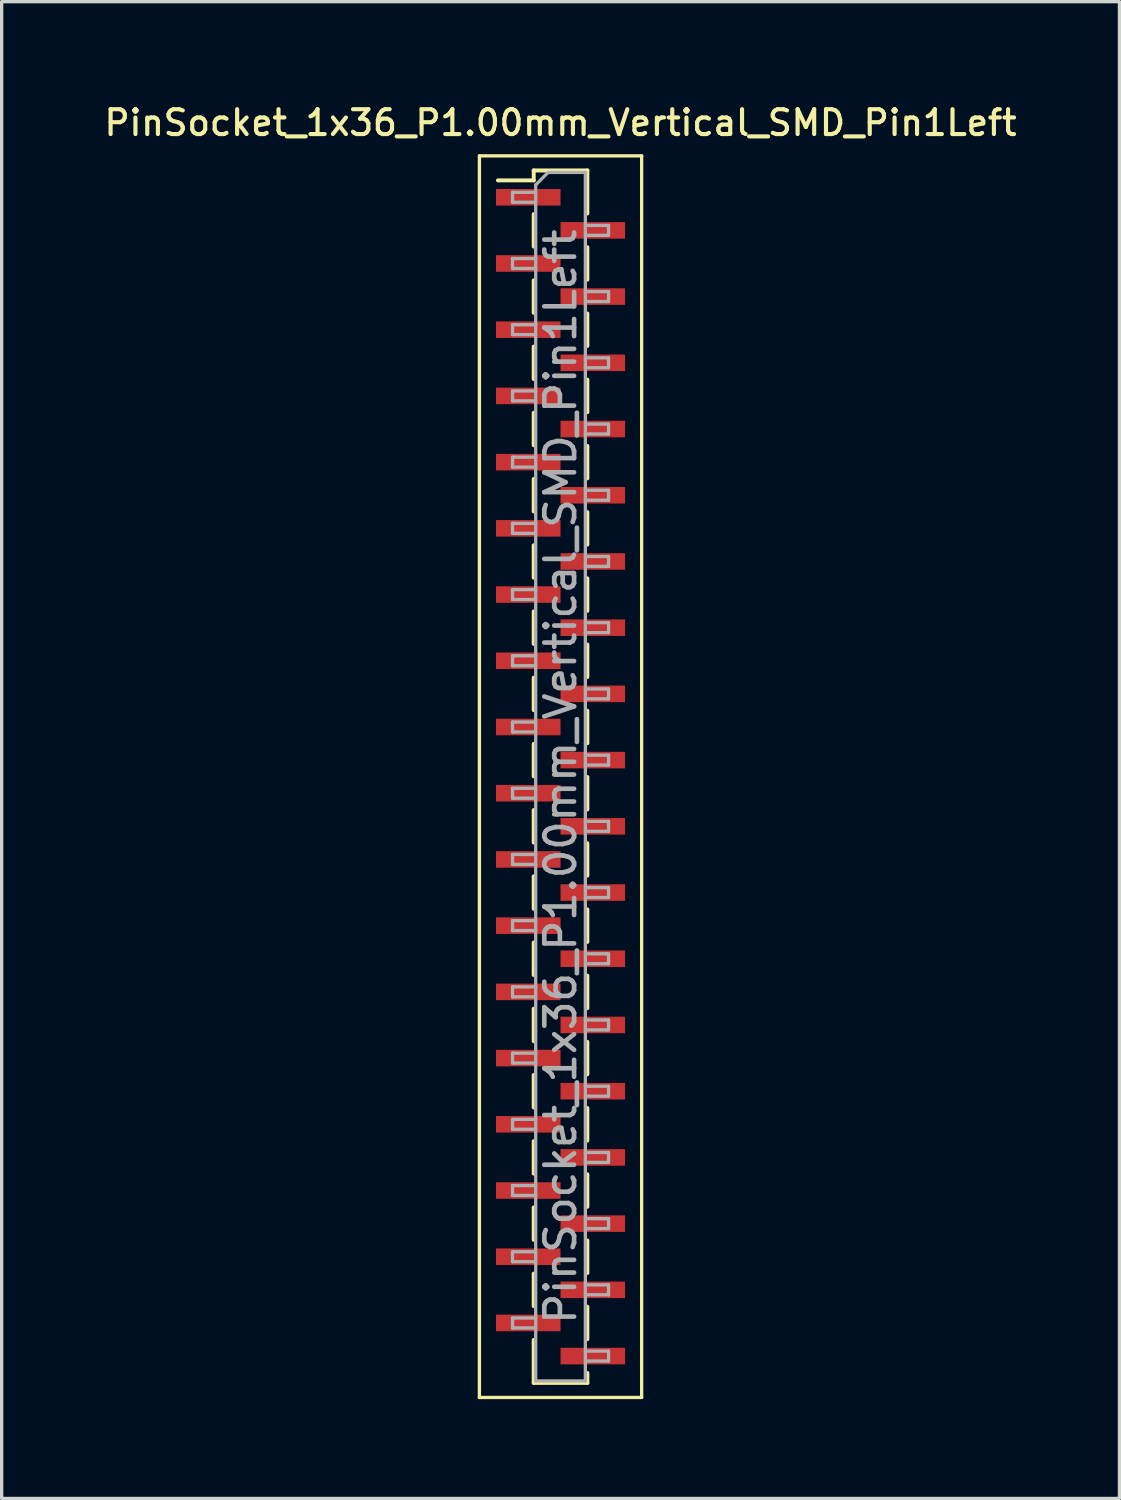
<source format=kicad_pcb>
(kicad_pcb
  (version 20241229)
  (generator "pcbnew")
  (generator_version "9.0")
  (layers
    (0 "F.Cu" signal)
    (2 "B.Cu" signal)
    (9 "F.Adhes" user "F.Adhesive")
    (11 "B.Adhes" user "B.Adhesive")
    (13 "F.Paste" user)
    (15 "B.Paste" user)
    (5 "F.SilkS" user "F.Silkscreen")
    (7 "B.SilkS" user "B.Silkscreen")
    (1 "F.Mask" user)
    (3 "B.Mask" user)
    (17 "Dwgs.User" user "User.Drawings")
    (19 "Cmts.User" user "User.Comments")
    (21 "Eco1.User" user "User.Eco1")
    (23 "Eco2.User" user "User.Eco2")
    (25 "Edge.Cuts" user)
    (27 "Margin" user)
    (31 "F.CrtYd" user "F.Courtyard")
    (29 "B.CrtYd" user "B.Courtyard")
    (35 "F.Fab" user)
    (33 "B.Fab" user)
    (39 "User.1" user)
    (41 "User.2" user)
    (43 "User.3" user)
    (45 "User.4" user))
  (footprint "PinSocket_1x36_P1.00mm_Vertical_SMD_Pin1Left"
    (layer "F.Cu")
    (at 13.88 20.408)
    (property "Reference" "PinSocket_1x36_P1.00mm_Vertical_SMD_Pin1Left" (at 0 -19.75 0) (layer "F.SilkS") (effects (font (size 0.75 0.75) (thickness 0.125))))
    (attr smd)
    (fp_line (start -2.45 -18.75) (end 2.45 -18.75) (stroke (width 0.1) (type solid)) (layer "F.SilkS"))
    (fp_line (start -2.45 18.75) (end -2.45 -18.75) (stroke (width 0.1) (type solid)) (layer "F.SilkS"))
    (fp_line (start -1.89 -18.01) (end -0.81 -18.01) (stroke (width 0.12) (type solid)) (layer "F.SilkS"))
    (fp_line (start -0.81 -18.31) (end -0.81 -18.01) (stroke (width 0.12) (type solid)) (layer "F.SilkS"))
    (fp_line (start -0.81 -18.31) (end 0.81 -18.31) (stroke (width 0.12) (type solid)) (layer "F.SilkS"))
    (fp_line (start -0.81 -16.99) (end -0.81 -16.01) (stroke (width 0.12) (type solid)) (layer "F.SilkS"))
    (fp_line (start -0.81 -14.99) (end -0.81 -14.01) (stroke (width 0.12) (type solid)) (layer "F.SilkS"))
    (fp_line (start -0.81 -12.99) (end -0.81 -12.01) (stroke (width 0.12) (type solid)) (layer "F.SilkS"))
    (fp_line (start -0.81 -10.99) (end -0.81 -10.01) (stroke (width 0.12) (type solid)) (layer "F.SilkS"))
    (fp_line (start -0.81 -8.99) (end -0.81 -8.01) (stroke (width 0.12) (type solid)) (layer "F.SilkS"))
    (fp_line (start -0.81 -6.99) (end -0.81 -6.01) (stroke (width 0.12) (type solid)) (layer "F.SilkS"))
    (fp_line (start -0.81 -4.99) (end -0.81 -4.01) (stroke (width 0.12) (type solid)) (layer "F.SilkS"))
    (fp_line (start -0.81 -2.99) (end -0.81 -2.01) (stroke (width 0.12) (type solid)) (layer "F.SilkS"))
    (fp_line (start -0.81 -0.99) (end -0.81 -0.01) (stroke (width 0.12) (type solid)) (layer "F.SilkS"))
    (fp_line (start -0.81 1.01) (end -0.81 1.99) (stroke (width 0.12) (type solid)) (layer "F.SilkS"))
    (fp_line (start -0.81 3.01) (end -0.81 3.99) (stroke (width 0.12) (type solid)) (layer "F.SilkS"))
    (fp_line (start -0.81 5.01) (end -0.81 5.99) (stroke (width 0.12) (type solid)) (layer "F.SilkS"))
    (fp_line (start -0.81 7.01) (end -0.81 7.99) (stroke (width 0.12) (type solid)) (layer "F.SilkS"))
    (fp_line (start -0.81 9.01) (end -0.81 9.99) (stroke (width 0.12) (type solid)) (layer "F.SilkS"))
    (fp_line (start -0.81 11.01) (end -0.81 11.99) (stroke (width 0.12) (type solid)) (layer "F.SilkS"))
    (fp_line (start -0.81 13.01) (end -0.81 13.99) (stroke (width 0.12) (type solid)) (layer "F.SilkS"))
    (fp_line (start -0.81 15.01) (end -0.81 15.99) (stroke (width 0.12) (type solid)) (layer "F.SilkS"))
    (fp_line (start -0.81 17.01) (end -0.81 18.31) (stroke (width 0.12) (type solid)) (layer "F.SilkS"))
    (fp_line (start -0.81 18.31) (end 0.81 18.31) (stroke (width 0.12) (type solid)) (layer "F.SilkS"))
    (fp_line (start 0.81 -18.31) (end 0.81 -17.01) (stroke (width 0.12) (type solid)) (layer "F.SilkS"))
    (fp_line (start 0.81 -15.99) (end 0.81 -15.01) (stroke (width 0.12) (type solid)) (layer "F.SilkS"))
    (fp_line (start 0.81 -13.99) (end 0.81 -13.01) (stroke (width 0.12) (type solid)) (layer "F.SilkS"))
    (fp_line (start 0.81 -11.99) (end 0.81 -11.01) (stroke (width 0.12) (type solid)) (layer "F.SilkS"))
    (fp_line (start 0.81 -9.99) (end 0.81 -9.01) (stroke (width 0.12) (type solid)) (layer "F.SilkS"))
    (fp_line (start 0.81 -7.99) (end 0.81 -7.01) (stroke (width 0.12) (type solid)) (layer "F.SilkS"))
    (fp_line (start 0.81 -5.99) (end 0.81 -5.01) (stroke (width 0.12) (type solid)) (layer "F.SilkS"))
    (fp_line (start 0.81 -3.99) (end 0.81 -3.01) (stroke (width 0.12) (type solid)) (layer "F.SilkS"))
    (fp_line (start 0.81 -1.99) (end 0.81 -1.01) (stroke (width 0.12) (type solid)) (layer "F.SilkS"))
    (fp_line (start 0.81 0.01) (end 0.81 0.99) (stroke (width 0.12) (type solid)) (layer "F.SilkS"))
    (fp_line (start 0.81 2.01) (end 0.81 2.99) (stroke (width 0.12) (type solid)) (layer "F.SilkS"))
    (fp_line (start 0.81 4.01) (end 0.81 4.99) (stroke (width 0.12) (type solid)) (layer "F.SilkS"))
    (fp_line (start 0.81 6.01) (end 0.81 6.99) (stroke (width 0.12) (type solid)) (layer "F.SilkS"))
    (fp_line (start 0.81 8.01) (end 0.81 8.99) (stroke (width 0.12) (type solid)) (layer "F.SilkS"))
    (fp_line (start 0.81 10.01) (end 0.81 10.99) (stroke (width 0.12) (type solid)) (layer "F.SilkS"))
    (fp_line (start 0.81 12.01) (end 0.81 12.99) (stroke (width 0.12) (type solid)) (layer "F.SilkS"))
    (fp_line (start 0.81 14.01) (end 0.81 14.99) (stroke (width 0.12) (type solid)) (layer "F.SilkS"))
    (fp_line (start 0.81 16.01) (end 0.81 16.99) (stroke (width 0.12) (type solid)) (layer "F.SilkS"))
    (fp_line (start 0.81 18.01) (end 0.81 18.31) (stroke (width 0.12) (type solid)) (layer "F.SilkS"))
    (fp_line (start 2.45 -18.75) (end 2.45 18.75) (stroke (width 0.1) (type solid)) (layer "F.SilkS"))
    (fp_line (start 2.45 18.75) (end -2.45 18.75) (stroke (width 0.1) (type solid)) (layer "F.SilkS"))
    (fp_line (start -1.45 -17.65) (end -0.75 -17.65) (stroke (width 0.1) (type solid)) (layer "F.Fab"))
    (fp_line (start -1.45 -17.35) (end -1.45 -17.65) (stroke (width 0.1) (type solid)) (layer "F.Fab"))
    (fp_line (start -1.45 -15.65) (end -0.75 -15.65) (stroke (width 0.1) (type solid)) (layer "F.Fab"))
    (fp_line (start -1.45 -15.35) (end -1.45 -15.65) (stroke (width 0.1) (type solid)) (layer "F.Fab"))
    (fp_line (start -1.45 -13.65) (end -0.75 -13.65) (stroke (width 0.1) (type solid)) (layer "F.Fab"))
    (fp_line (start -1.45 -13.35) (end -1.45 -13.65) (stroke (width 0.1) (type solid)) (layer "F.Fab"))
    (fp_line (start -1.45 -11.65) (end -0.75 -11.65) (stroke (width 0.1) (type solid)) (layer "F.Fab"))
    (fp_line (start -1.45 -11.35) (end -1.45 -11.65) (stroke (width 0.1) (type solid)) (layer "F.Fab"))
    (fp_line (start -1.45 -9.65) (end -0.75 -9.65) (stroke (width 0.1) (type solid)) (layer "F.Fab"))
    (fp_line (start -1.45 -9.35) (end -1.45 -9.65) (stroke (width 0.1) (type solid)) (layer "F.Fab"))
    (fp_line (start -1.45 -7.65) (end -0.75 -7.65) (stroke (width 0.1) (type solid)) (layer "F.Fab"))
    (fp_line (start -1.45 -7.35) (end -1.45 -7.65) (stroke (width 0.1) (type solid)) (layer "F.Fab"))
    (fp_line (start -1.45 -5.65) (end -0.75 -5.65) (stroke (width 0.1) (type solid)) (layer "F.Fab"))
    (fp_line (start -1.45 -5.35) (end -1.45 -5.65) (stroke (width 0.1) (type solid)) (layer "F.Fab"))
    (fp_line (start -1.45 -3.65) (end -0.75 -3.65) (stroke (width 0.1) (type solid)) (layer "F.Fab"))
    (fp_line (start -1.45 -3.35) (end -1.45 -3.65) (stroke (width 0.1) (type solid)) (layer "F.Fab"))
    (fp_line (start -1.45 -1.65) (end -0.75 -1.65) (stroke (width 0.1) (type solid)) (layer "F.Fab"))
    (fp_line (start -1.45 -1.35) (end -1.45 -1.65) (stroke (width 0.1) (type solid)) (layer "F.Fab"))
    (fp_line (start -1.45 0.35) (end -0.75 0.35) (stroke (width 0.1) (type solid)) (layer "F.Fab"))
    (fp_line (start -1.45 0.65) (end -1.45 0.35) (stroke (width 0.1) (type solid)) (layer "F.Fab"))
    (fp_line (start -1.45 2.35) (end -0.75 2.35) (stroke (width 0.1) (type solid)) (layer "F.Fab"))
    (fp_line (start -1.45 2.65) (end -1.45 2.35) (stroke (width 0.1) (type solid)) (layer "F.Fab"))
    (fp_line (start -1.45 4.35) (end -0.75 4.35) (stroke (width 0.1) (type solid)) (layer "F.Fab"))
    (fp_line (start -1.45 4.65) (end -1.45 4.35) (stroke (width 0.1) (type solid)) (layer "F.Fab"))
    (fp_line (start -1.45 6.35) (end -0.75 6.35) (stroke (width 0.1) (type solid)) (layer "F.Fab"))
    (fp_line (start -1.45 6.65) (end -1.45 6.35) (stroke (width 0.1) (type solid)) (layer "F.Fab"))
    (fp_line (start -1.45 8.35) (end -0.75 8.35) (stroke (width 0.1) (type solid)) (layer "F.Fab"))
    (fp_line (start -1.45 8.65) (end -1.45 8.35) (stroke (width 0.1) (type solid)) (layer "F.Fab"))
    (fp_line (start -1.45 10.35) (end -0.75 10.35) (stroke (width 0.1) (type solid)) (layer "F.Fab"))
    (fp_line (start -1.45 10.65) (end -1.45 10.35) (stroke (width 0.1) (type solid)) (layer "F.Fab"))
    (fp_line (start -1.45 12.35) (end -0.75 12.35) (stroke (width 0.1) (type solid)) (layer "F.Fab"))
    (fp_line (start -1.45 12.65) (end -1.45 12.35) (stroke (width 0.1) (type solid)) (layer "F.Fab"))
    (fp_line (start -1.45 14.35) (end -0.75 14.35) (stroke (width 0.1) (type solid)) (layer "F.Fab"))
    (fp_line (start -1.45 14.65) (end -1.45 14.35) (stroke (width 0.1) (type solid)) (layer "F.Fab"))
    (fp_line (start -1.45 16.35) (end -0.75 16.35) (stroke (width 0.1) (type solid)) (layer "F.Fab"))
    (fp_line (start -1.45 16.65) (end -1.45 16.35) (stroke (width 0.1) (type solid)) (layer "F.Fab"))
    (fp_line (start -0.75 -17.875) (end -0.375 -18.25) (stroke (width 0.1) (type solid)) (layer "F.Fab"))
    (fp_line (start -0.75 -17.35) (end -1.45 -17.35) (stroke (width 0.1) (type solid)) (layer "F.Fab"))
    (fp_line (start -0.75 -15.35) (end -1.45 -15.35) (stroke (width 0.1) (type solid)) (layer "F.Fab"))
    (fp_line (start -0.75 -13.35) (end -1.45 -13.35) (stroke (width 0.1) (type solid)) (layer "F.Fab"))
    (fp_line (start -0.75 -11.35) (end -1.45 -11.35) (stroke (width 0.1) (type solid)) (layer "F.Fab"))
    (fp_line (start -0.75 -9.35) (end -1.45 -9.35) (stroke (width 0.1) (type solid)) (layer "F.Fab"))
    (fp_line (start -0.75 -7.35) (end -1.45 -7.35) (stroke (width 0.1) (type solid)) (layer "F.Fab"))
    (fp_line (start -0.75 -5.35) (end -1.45 -5.35) (stroke (width 0.1) (type solid)) (layer "F.Fab"))
    (fp_line (start -0.75 -3.35) (end -1.45 -3.35) (stroke (width 0.1) (type solid)) (layer "F.Fab"))
    (fp_line (start -0.75 -1.35) (end -1.45 -1.35) (stroke (width 0.1) (type solid)) (layer "F.Fab"))
    (fp_line (start -0.75 0.65) (end -1.45 0.65) (stroke (width 0.1) (type solid)) (layer "F.Fab"))
    (fp_line (start -0.75 2.65) (end -1.45 2.65) (stroke (width 0.1) (type solid)) (layer "F.Fab"))
    (fp_line (start -0.75 4.65) (end -1.45 4.65) (stroke (width 0.1) (type solid)) (layer "F.Fab"))
    (fp_line (start -0.75 6.65) (end -1.45 6.65) (stroke (width 0.1) (type solid)) (layer "F.Fab"))
    (fp_line (start -0.75 8.65) (end -1.45 8.65) (stroke (width 0.1) (type solid)) (layer "F.Fab"))
    (fp_line (start -0.75 10.65) (end -1.45 10.65) (stroke (width 0.1) (type solid)) (layer "F.Fab"))
    (fp_line (start -0.75 12.65) (end -1.45 12.65) (stroke (width 0.1) (type solid)) (layer "F.Fab"))
    (fp_line (start -0.75 14.65) (end -1.45 14.65) (stroke (width 0.1) (type solid)) (layer "F.Fab"))
    (fp_line (start -0.75 16.65) (end -1.45 16.65) (stroke (width 0.1) (type solid)) (layer "F.Fab"))
    (fp_line (start -0.75 18.25) (end -0.75 -17.875) (stroke (width 0.1) (type solid)) (layer "F.Fab"))
    (fp_line (start -0.375 -18.25) (end 0.75 -18.25) (stroke (width 0.1) (type solid)) (layer "F.Fab"))
    (fp_line (start 0.75 -18.25) (end 0.75 18.25) (stroke (width 0.1) (type solid)) (layer "F.Fab"))
    (fp_line (start 0.75 -16.65) (end 1.45 -16.65) (stroke (width 0.1) (type solid)) (layer "F.Fab"))
    (fp_line (start 0.75 -14.65) (end 1.45 -14.65) (stroke (width 0.1) (type solid)) (layer "F.Fab"))
    (fp_line (start 0.75 -12.65) (end 1.45 -12.65) (stroke (width 0.1) (type solid)) (layer "F.Fab"))
    (fp_line (start 0.75 -10.65) (end 1.45 -10.65) (stroke (width 0.1) (type solid)) (layer "F.Fab"))
    (fp_line (start 0.75 -8.65) (end 1.45 -8.65) (stroke (width 0.1) (type solid)) (layer "F.Fab"))
    (fp_line (start 0.75 -6.65) (end 1.45 -6.65) (stroke (width 0.1) (type solid)) (layer "F.Fab"))
    (fp_line (start 0.75 -4.65) (end 1.45 -4.65) (stroke (width 0.1) (type solid)) (layer "F.Fab"))
    (fp_line (start 0.75 -2.65) (end 1.45 -2.65) (stroke (width 0.1) (type solid)) (layer "F.Fab"))
    (fp_line (start 0.75 -0.65) (end 1.45 -0.65) (stroke (width 0.1) (type solid)) (layer "F.Fab"))
    (fp_line (start 0.75 1.35) (end 1.45 1.35) (stroke (width 0.1) (type solid)) (layer "F.Fab"))
    (fp_line (start 0.75 3.35) (end 1.45 3.35) (stroke (width 0.1) (type solid)) (layer "F.Fab"))
    (fp_line (start 0.75 5.35) (end 1.45 5.35) (stroke (width 0.1) (type solid)) (layer "F.Fab"))
    (fp_line (start 0.75 7.35) (end 1.45 7.35) (stroke (width 0.1) (type solid)) (layer "F.Fab"))
    (fp_line (start 0.75 9.35) (end 1.45 9.35) (stroke (width 0.1) (type solid)) (layer "F.Fab"))
    (fp_line (start 0.75 11.35) (end 1.45 11.35) (stroke (width 0.1) (type solid)) (layer "F.Fab"))
    (fp_line (start 0.75 13.35) (end 1.45 13.35) (stroke (width 0.1) (type solid)) (layer "F.Fab"))
    (fp_line (start 0.75 15.35) (end 1.45 15.35) (stroke (width 0.1) (type solid)) (layer "F.Fab"))
    (fp_line (start 0.75 17.35) (end 1.45 17.35) (stroke (width 0.1) (type solid)) (layer "F.Fab"))
    (fp_line (start 0.75 18.25) (end -0.75 18.25) (stroke (width 0.1) (type solid)) (layer "F.Fab"))
    (fp_line (start 1.45 -16.65) (end 1.45 -16.35) (stroke (width 0.1) (type solid)) (layer "F.Fab"))
    (fp_line (start 1.45 -16.35) (end 0.75 -16.35) (stroke (width 0.1) (type solid)) (layer "F.Fab"))
    (fp_line (start 1.45 -14.65) (end 1.45 -14.35) (stroke (width 0.1) (type solid)) (layer "F.Fab"))
    (fp_line (start 1.45 -14.35) (end 0.75 -14.35) (stroke (width 0.1) (type solid)) (layer "F.Fab"))
    (fp_line (start 1.45 -12.65) (end 1.45 -12.35) (stroke (width 0.1) (type solid)) (layer "F.Fab"))
    (fp_line (start 1.45 -12.35) (end 0.75 -12.35) (stroke (width 0.1) (type solid)) (layer "F.Fab"))
    (fp_line (start 1.45 -10.65) (end 1.45 -10.35) (stroke (width 0.1) (type solid)) (layer "F.Fab"))
    (fp_line (start 1.45 -10.35) (end 0.75 -10.35) (stroke (width 0.1) (type solid)) (layer "F.Fab"))
    (fp_line (start 1.45 -8.65) (end 1.45 -8.35) (stroke (width 0.1) (type solid)) (layer "F.Fab"))
    (fp_line (start 1.45 -8.35) (end 0.75 -8.35) (stroke (width 0.1) (type solid)) (layer "F.Fab"))
    (fp_line (start 1.45 -6.65) (end 1.45 -6.35) (stroke (width 0.1) (type solid)) (layer "F.Fab"))
    (fp_line (start 1.45 -6.35) (end 0.75 -6.35) (stroke (width 0.1) (type solid)) (layer "F.Fab"))
    (fp_line (start 1.45 -4.65) (end 1.45 -4.35) (stroke (width 0.1) (type solid)) (layer "F.Fab"))
    (fp_line (start 1.45 -4.35) (end 0.75 -4.35) (stroke (width 0.1) (type solid)) (layer "F.Fab"))
    (fp_line (start 1.45 -2.65) (end 1.45 -2.35) (stroke (width 0.1) (type solid)) (layer "F.Fab"))
    (fp_line (start 1.45 -2.35) (end 0.75 -2.35) (stroke (width 0.1) (type solid)) (layer "F.Fab"))
    (fp_line (start 1.45 -0.65) (end 1.45 -0.35) (stroke (width 0.1) (type solid)) (layer "F.Fab"))
    (fp_line (start 1.45 -0.35) (end 0.75 -0.35) (stroke (width 0.1) (type solid)) (layer "F.Fab"))
    (fp_line (start 1.45 1.35) (end 1.45 1.65) (stroke (width 0.1) (type solid)) (layer "F.Fab"))
    (fp_line (start 1.45 1.65) (end 0.75 1.65) (stroke (width 0.1) (type solid)) (layer "F.Fab"))
    (fp_line (start 1.45 3.35) (end 1.45 3.65) (stroke (width 0.1) (type solid)) (layer "F.Fab"))
    (fp_line (start 1.45 3.65) (end 0.75 3.65) (stroke (width 0.1) (type solid)) (layer "F.Fab"))
    (fp_line (start 1.45 5.35) (end 1.45 5.65) (stroke (width 0.1) (type solid)) (layer "F.Fab"))
    (fp_line (start 1.45 5.65) (end 0.75 5.65) (stroke (width 0.1) (type solid)) (layer "F.Fab"))
    (fp_line (start 1.45 7.35) (end 1.45 7.65) (stroke (width 0.1) (type solid)) (layer "F.Fab"))
    (fp_line (start 1.45 7.65) (end 0.75 7.65) (stroke (width 0.1) (type solid)) (layer "F.Fab"))
    (fp_line (start 1.45 9.35) (end 1.45 9.65) (stroke (width 0.1) (type solid)) (layer "F.Fab"))
    (fp_line (start 1.45 9.65) (end 0.75 9.65) (stroke (width 0.1) (type solid)) (layer "F.Fab"))
    (fp_line (start 1.45 11.35) (end 1.45 11.65) (stroke (width 0.1) (type solid)) (layer "F.Fab"))
    (fp_line (start 1.45 11.65) (end 0.75 11.65) (stroke (width 0.1) (type solid)) (layer "F.Fab"))
    (fp_line (start 1.45 13.35) (end 1.45 13.65) (stroke (width 0.1) (type solid)) (layer "F.Fab"))
    (fp_line (start 1.45 13.65) (end 0.75 13.65) (stroke (width 0.1) (type solid)) (layer "F.Fab"))
    (fp_line (start 1.45 15.35) (end 1.45 15.65) (stroke (width 0.1) (type solid)) (layer "F.Fab"))
    (fp_line (start 1.45 15.65) (end 0.75 15.65) (stroke (width 0.1) (type solid)) (layer "F.Fab"))
    (fp_line (start 1.45 17.35) (end 1.45 17.65) (stroke (width 0.1) (type solid)) (layer "F.Fab"))
    (fp_line (start 1.45 17.65) (end 0.75 17.65) (stroke (width 0.1) (type solid)) (layer "F.Fab"))
    (fp_text user "${REFERENCE}" (at 0 0 90) (layer "F.Fab") (effects (font (size 0.9 0.9) (thickness 0.14))))
    (pad "1" smd rect (at -0.975 -17.5) (size 1.95 0.5) (layers "F.Cu" "F.Mask" "F.Paste"))
    (pad "2" smd rect (at 0.975 -16.5) (size 1.95 0.5) (layers "F.Cu" "F.Mask" "F.Paste"))
    (pad "3" smd rect (at -0.975 -15.5) (size 1.95 0.5) (layers "F.Cu" "F.Mask" "F.Paste"))
    (pad "4" smd rect (at 0.975 -14.5) (size 1.95 0.5) (layers "F.Cu" "F.Mask" "F.Paste"))
    (pad "5" smd rect (at -0.975 -13.5) (size 1.95 0.5) (layers "F.Cu" "F.Mask" "F.Paste"))
    (pad "6" smd rect (at 0.975 -12.5) (size 1.95 0.5) (layers "F.Cu" "F.Mask" "F.Paste"))
    (pad "7" smd rect (at -0.975 -11.5) (size 1.95 0.5) (layers "F.Cu" "F.Mask" "F.Paste"))
    (pad "8" smd rect (at 0.975 -10.5) (size 1.95 0.5) (layers "F.Cu" "F.Mask" "F.Paste"))
    (pad "9" smd rect (at -0.975 -9.5) (size 1.95 0.5) (layers "F.Cu" "F.Mask" "F.Paste"))
    (pad "10" smd rect (at 0.975 -8.5) (size 1.95 0.5) (layers "F.Cu" "F.Mask" "F.Paste"))
    (pad "11" smd rect (at -0.975 -7.5) (size 1.95 0.5) (layers "F.Cu" "F.Mask" "F.Paste"))
    (pad "12" smd rect (at 0.975 -6.5) (size 1.95 0.5) (layers "F.Cu" "F.Mask" "F.Paste"))
    (pad "13" smd rect (at -0.975 -5.5) (size 1.95 0.5) (layers "F.Cu" "F.Mask" "F.Paste"))
    (pad "14" smd rect (at 0.975 -4.5) (size 1.95 0.5) (layers "F.Cu" "F.Mask" "F.Paste"))
    (pad "15" smd rect (at -0.975 -3.5) (size 1.95 0.5) (layers "F.Cu" "F.Mask" "F.Paste"))
    (pad "16" smd rect (at 0.975 -2.5) (size 1.95 0.5) (layers "F.Cu" "F.Mask" "F.Paste"))
    (pad "17" smd rect (at -0.975 -1.5) (size 1.95 0.5) (layers "F.Cu" "F.Mask" "F.Paste"))
    (pad "18" smd rect (at 0.975 -0.5) (size 1.95 0.5) (layers "F.Cu" "F.Mask" "F.Paste"))
    (pad "19" smd rect (at -0.975 0.5) (size 1.95 0.5) (layers "F.Cu" "F.Mask" "F.Paste"))
    (pad "20" smd rect (at 0.975 1.5) (size 1.95 0.5) (layers "F.Cu" "F.Mask" "F.Paste"))
    (pad "21" smd rect (at -0.975 2.5) (size 1.95 0.5) (layers "F.Cu" "F.Mask" "F.Paste"))
    (pad "22" smd rect (at 0.975 3.5) (size 1.95 0.5) (layers "F.Cu" "F.Mask" "F.Paste"))
    (pad "23" smd rect (at -0.975 4.5) (size 1.95 0.5) (layers "F.Cu" "F.Mask" "F.Paste"))
    (pad "24" smd rect (at 0.975 5.5) (size 1.95 0.5) (layers "F.Cu" "F.Mask" "F.Paste"))
    (pad "25" smd rect (at -0.975 6.5) (size 1.95 0.5) (layers "F.Cu" "F.Mask" "F.Paste"))
    (pad "26" smd rect (at 0.975 7.5) (size 1.95 0.5) (layers "F.Cu" "F.Mask" "F.Paste"))
    (pad "27" smd rect (at -0.975 8.5) (size 1.95 0.5) (layers "F.Cu" "F.Mask" "F.Paste"))
    (pad "28" smd rect (at 0.975 9.5) (size 1.95 0.5) (layers "F.Cu" "F.Mask" "F.Paste"))
    (pad "29" smd rect (at -0.975 10.5) (size 1.95 0.5) (layers "F.Cu" "F.Mask" "F.Paste"))
    (pad "30" smd rect (at 0.975 11.5) (size 1.95 0.5) (layers "F.Cu" "F.Mask" "F.Paste"))
    (pad "31" smd rect (at -0.975 12.5) (size 1.95 0.5) (layers "F.Cu" "F.Mask" "F.Paste"))
    (pad "32" smd rect (at 0.975 13.5) (size 1.95 0.5) (layers "F.Cu" "F.Mask" "F.Paste"))
    (pad "33" smd rect (at -0.975 14.5) (size 1.95 0.5) (layers "F.Cu" "F.Mask" "F.Paste"))
    (pad "34" smd rect (at 0.975 15.5) (size 1.95 0.5) (layers "F.Cu" "F.Mask" "F.Paste"))
    (pad "35" smd rect (at -0.975 16.5) (size 1.95 0.5) (layers "F.Cu" "F.Mask" "F.Paste"))
    (pad "36" smd rect (at 0.975 17.5) (size 1.95 0.5) (layers "F.Cu" "F.Mask" "F.Paste")))
  (gr_rect
    (start -3 -3)
    (end 30.761 42.208)
    (stroke (width 0.1) (type default))
    (fill no)
    (layer "Edge.Cuts")))
</source>
